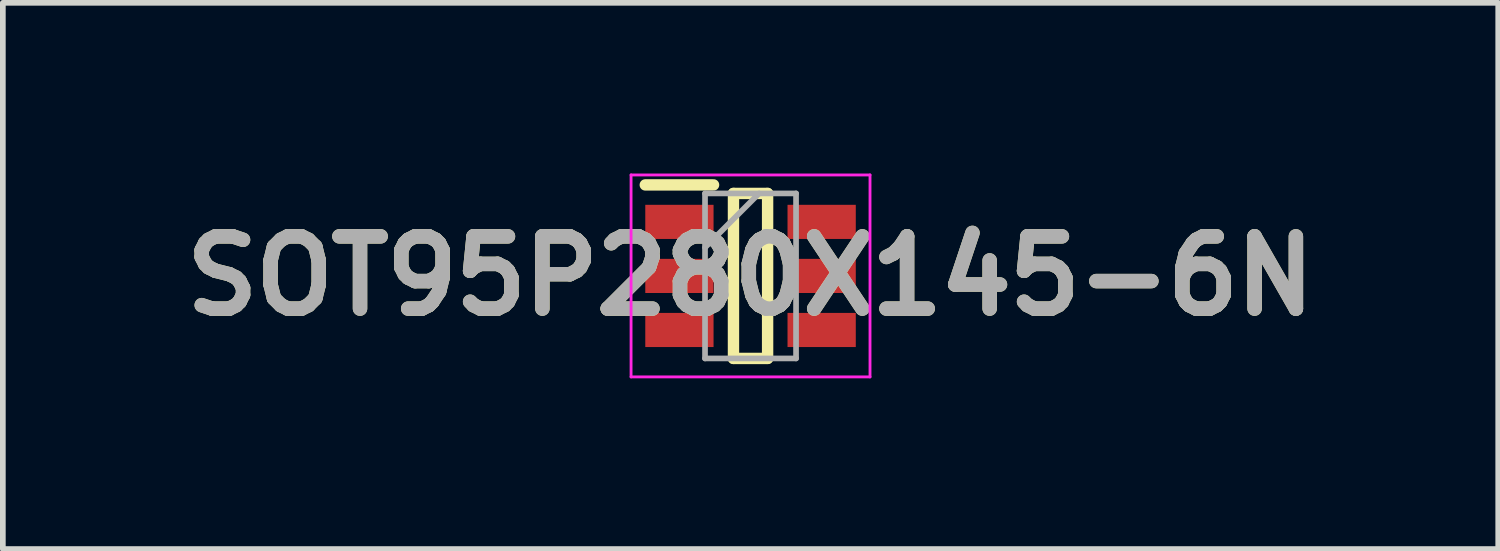
<source format=kicad_pcb>
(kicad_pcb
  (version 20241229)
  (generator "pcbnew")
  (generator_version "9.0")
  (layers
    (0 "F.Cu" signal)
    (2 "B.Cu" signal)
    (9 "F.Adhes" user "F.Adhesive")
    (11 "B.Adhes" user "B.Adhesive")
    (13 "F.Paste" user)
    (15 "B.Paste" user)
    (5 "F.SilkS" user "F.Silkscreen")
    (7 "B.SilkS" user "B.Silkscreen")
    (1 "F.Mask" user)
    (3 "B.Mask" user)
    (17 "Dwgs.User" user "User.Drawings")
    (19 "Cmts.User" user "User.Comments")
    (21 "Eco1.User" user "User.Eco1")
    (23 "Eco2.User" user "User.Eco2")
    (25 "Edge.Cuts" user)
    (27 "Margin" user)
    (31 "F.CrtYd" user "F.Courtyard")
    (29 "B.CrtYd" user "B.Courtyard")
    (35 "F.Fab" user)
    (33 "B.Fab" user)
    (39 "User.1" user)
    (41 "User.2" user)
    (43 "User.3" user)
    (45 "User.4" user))
  (footprint "SOT95P280X145-6N"
    (layer "F.Cu")
    (at 10.142 1.8)
    (property "Reference" "SOT95P280X145-6N" (at 0 0 0) (layer "F.SilkS") (effects (font (size 1.27 1.27) (thickness 0.254))))
    (attr smd)
    (fp_line (start -1.85 -1.6) (end -0.65 -1.6) (stroke (width 0.2) (type solid)) (layer "F.SilkS"))
    (fp_line (start -0.3 -1.45) (end 0.3 -1.45) (stroke (width 0.2) (type solid)) (layer "F.SilkS"))
    (fp_line (start -0.3 1.45) (end -0.3 -1.45) (stroke (width 0.2) (type solid)) (layer "F.SilkS"))
    (fp_line (start 0.3 -1.45) (end 0.3 1.45) (stroke (width 0.2) (type solid)) (layer "F.SilkS"))
    (fp_line (start 0.3 1.45) (end -0.3 1.45) (stroke (width 0.2) (type solid)) (layer "F.SilkS"))
    (fp_line (start -2.1 -1.775) (end 2.1 -1.775) (stroke (width 0.05) (type solid)) (layer "F.CrtYd"))
    (fp_line (start -2.1 1.775) (end -2.1 -1.775) (stroke (width 0.05) (type solid)) (layer "F.CrtYd"))
    (fp_line (start 2.1 -1.775) (end 2.1 1.775) (stroke (width 0.05) (type solid)) (layer "F.CrtYd"))
    (fp_line (start 2.1 1.775) (end -2.1 1.775) (stroke (width 0.05) (type solid)) (layer "F.CrtYd"))
    (fp_line (start -0.8 -1.45) (end 0.8 -1.45) (stroke (width 0.1) (type solid)) (layer "F.Fab"))
    (fp_line (start -0.8 -0.5) (end 0.15 -1.45) (stroke (width 0.1) (type solid)) (layer "F.Fab"))
    (fp_line (start -0.8 1.45) (end -0.8 -1.45) (stroke (width 0.1) (type solid)) (layer "F.Fab"))
    (fp_line (start 0.8 -1.45) (end 0.8 1.45) (stroke (width 0.1) (type solid)) (layer "F.Fab"))
    (fp_line (start 0.8 1.45) (end -0.8 1.45) (stroke (width 0.1) (type solid)) (layer "F.Fab"))
    (fp_text user "${REFERENCE}" (at 0 0 0) (layer "F.Fab") (effects (font (size 1.27 1.27) (thickness 0.254))))
    (pad "1" smd rect (at -1.25 -0.95 90) (size 0.6 1.2) (layers "F.Cu" "F.Mask" "F.Paste"))
    (pad "2" smd rect (at -1.25 0 90) (size 0.6 1.2) (layers "F.Cu" "F.Mask" "F.Paste"))
    (pad "3" smd rect (at -1.25 0.95 90) (size 0.6 1.2) (layers "F.Cu" "F.Mask" "F.Paste"))
    (pad "4" smd rect (at 1.25 0.95 90) (size 0.6 1.2) (layers "F.Cu" "F.Mask" "F.Paste"))
    (pad "5" smd rect (at 1.25 0 90) (size 0.6 1.2) (layers "F.Cu" "F.Mask" "F.Paste"))
    (pad "6" smd rect (at 1.25 -0.95 90) (size 0.6 1.2) (layers "F.Cu" "F.Mask" "F.Paste")))
  (gr_rect
    (start -3 -3)
    (end 23.284 6.6)
    (stroke (width 0.1) (type default))
    (fill no)
    (layer "Edge.Cuts")))
</source>
